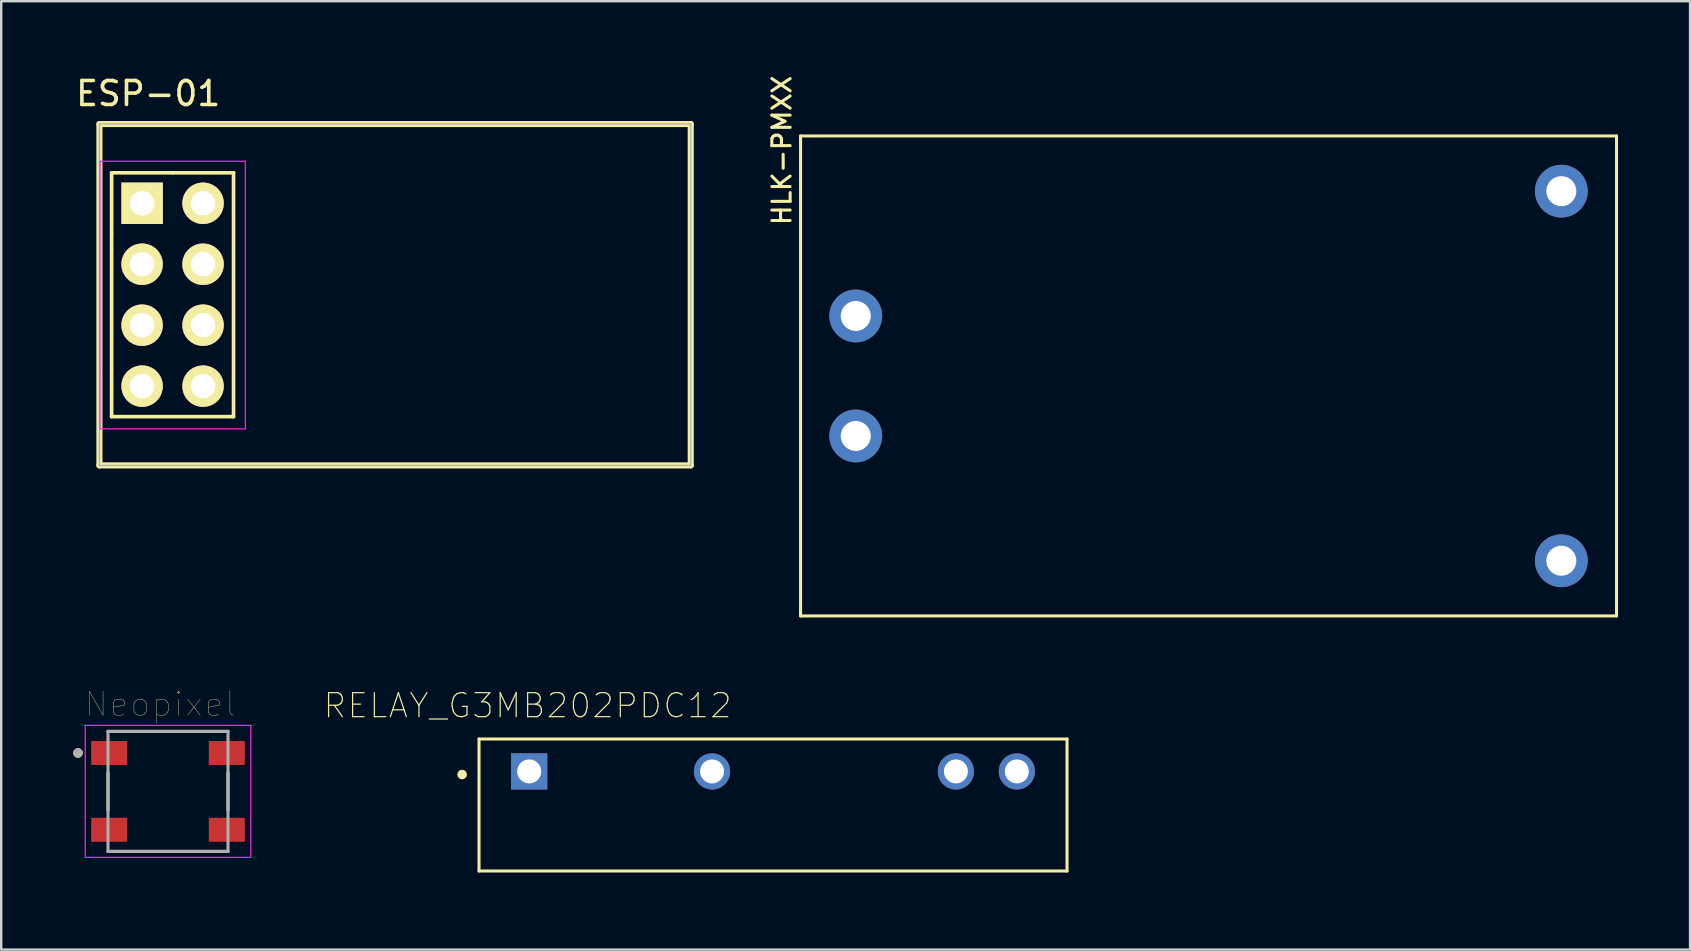
<source format=kicad_pcb>
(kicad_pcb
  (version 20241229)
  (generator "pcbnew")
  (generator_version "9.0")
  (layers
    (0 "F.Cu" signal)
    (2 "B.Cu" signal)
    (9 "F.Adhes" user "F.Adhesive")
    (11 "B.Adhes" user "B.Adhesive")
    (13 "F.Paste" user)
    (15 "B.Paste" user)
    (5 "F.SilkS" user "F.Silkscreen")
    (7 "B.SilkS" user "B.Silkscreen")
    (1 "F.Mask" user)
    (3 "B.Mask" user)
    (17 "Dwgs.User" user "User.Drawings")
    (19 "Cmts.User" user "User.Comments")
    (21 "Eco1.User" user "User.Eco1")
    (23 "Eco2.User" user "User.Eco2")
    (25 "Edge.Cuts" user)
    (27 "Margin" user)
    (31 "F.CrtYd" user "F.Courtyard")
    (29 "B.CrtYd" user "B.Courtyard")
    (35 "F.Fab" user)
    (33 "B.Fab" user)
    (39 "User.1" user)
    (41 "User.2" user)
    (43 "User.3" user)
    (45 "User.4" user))
  (footprint "ESP-01"
    (layer "F.Cu")
    (at 2.871 5.42)
    (property "Reference" "ESP-01" (at 0.254 -4.572 0) (layer "F.SilkS") (effects (font (size 1 1) (thickness 0.15))))
    (attr through_hole)
    (fp_line (start -1.778 -3.302) (end 22.86 -3.302) (stroke (width 0.254) (type solid)) (layer "F.SilkS"))
    (fp_line (start -1.778 10.922) (end -1.778 -3.302) (stroke (width 0.254) (type solid)) (layer "F.SilkS"))
    (fp_line (start -1.27 -1.27) (end -1.27 1.27) (stroke (width 0.152) (type solid)) (layer "F.SilkS"))
    (fp_line (start -1.27 1.27) (end -1.27 8.89) (stroke (width 0.152) (type solid)) (layer "F.SilkS"))
    (fp_line (start -1.27 8.89) (end 3.81 8.89) (stroke (width 0.152) (type solid)) (layer "F.SilkS"))
    (fp_line (start 1.27 -1.27) (end -1.27 -1.27) (stroke (width 0.152) (type solid)) (layer "F.SilkS"))
    (fp_line (start 3.81 -1.27) (end 1.27 -1.27) (stroke (width 0.152) (type solid)) (layer "F.SilkS"))
    (fp_line (start 3.81 8.89) (end 3.81 -1.27) (stroke (width 0.152) (type solid)) (layer "F.SilkS"))
    (fp_line (start 22.86 -3.302) (end 22.86 10.922) (stroke (width 0.254) (type solid)) (layer "F.SilkS"))
    (fp_line (start 22.86 10.922) (end -1.778 10.922) (stroke (width 0.254) (type solid)) (layer "F.SilkS"))
    (fp_line (start -1.75 -1.75) (end -1.75 9.4) (stroke (width 0.05) (type solid)) (layer "F.CrtYd"))
    (fp_line (start -1.75 -1.75) (end 4.3 -1.75) (stroke (width 0.05) (type solid)) (layer "F.CrtYd"))
    (fp_line (start -1.75 9.4) (end 4.3 9.4) (stroke (width 0.05) (type solid)) (layer "F.CrtYd"))
    (fp_line (start 4.3 -1.75) (end 4.3 9.4) (stroke (width 0.05) (type solid)) (layer "F.CrtYd"))
    (fp_line (start -1.778 -3.302) (end 22.86 -3.302) (stroke (width 0.05) (type solid)) (layer "F.Fab"))
    (fp_line (start -1.778 10.922) (end -1.778 -3.302) (stroke (width 0.05) (type solid)) (layer "F.Fab"))
    (fp_line (start 22.86 -3.302) (end 22.86 10.922) (stroke (width 0.05) (type solid)) (layer "F.Fab"))
    (fp_line (start 22.86 10.922) (end -1.778 10.922) (stroke (width 0.05) (type solid)) (layer "F.Fab"))
    (pad "1" thru_hole rect (at 0 0) (size 1.727 1.727) (drill 1.016) (layers "*.Cu" "*.Mask" "F.SilkS"))
    (pad "2" thru_hole oval (at 2.54 0) (size 1.727 1.727) (drill 1.016) (layers "*.Cu" "*.Mask" "F.SilkS"))
    (pad "3" thru_hole oval (at 0 2.54) (size 1.727 1.727) (drill 1.016) (layers "*.Cu" "*.Mask" "F.SilkS"))
    (pad "4" thru_hole oval (at 2.54 2.54) (size 1.727 1.727) (drill 1.016) (layers "*.Cu" "*.Mask" "F.SilkS"))
    (pad "5" thru_hole oval (at 0 5.08) (size 1.727 1.727) (drill 1.016) (layers "*.Cu" "*.Mask" "F.SilkS"))
    (pad "6" thru_hole oval (at 2.54 5.08) (size 1.727 1.727) (drill 1.016) (layers "*.Cu" "*.Mask" "F.SilkS"))
    (pad "7" thru_hole oval (at 0 7.62) (size 1.727 1.727) (drill 1.016) (layers "*.Cu" "*.Mask" "F.SilkS"))
    (pad "8" thru_hole oval (at 2.54 7.62) (size 1.727 1.727) (drill 1.016) (layers "*.Cu" "*.Mask" "F.SilkS")))
  (footprint "HLK-PMXX"
    (layer "F.Cu")
    (at 47.307 12.615)
    (property "Reference" "HLK-PMXX" (at -17.78 -9.398 90) (layer "F.SilkS") (effects (font (size 0.762 0.762) (thickness 0.127))))
    (attr through_hole)
    (fp_line (start -17 -10) (end -17 10) (stroke (width 0.127) (type solid)) (layer "F.SilkS"))
    (fp_line (start -17 10) (end 17 10) (stroke (width 0.127) (type solid)) (layer "F.SilkS"))
    (fp_line (start 17 -10) (end -17 -10) (stroke (width 0.127) (type solid)) (layer "F.SilkS"))
    (fp_line (start 17 10) (end 17 -10) (stroke (width 0.127) (type solid)) (layer "F.SilkS"))
    (pad "1" thru_hole circle (at -14.7 -2.5) (size 2.2 2.2) (drill 1.25) (layers "*.Cu" "*.Mask"))
    (pad "2" thru_hole circle (at -14.7 2.5) (size 2.2 2.2) (drill 1.25) (layers "*.Cu" "*.Mask"))
    (pad "3" thru_hole circle (at 14.7 -7.7) (size 2.2 2.2) (drill 1.25) (layers "*.Cu" "*.Mask"))
    (pad "4" thru_hole circle (at 14.7 7.7) (size 2.2 2.2) (drill 1.25) (layers "*.Cu" "*.Mask")))
  (footprint "RELAY_G3MB202PDC12"
    (layer "F.Cu")
    (at 29.16 30.493)
    (property "Reference" "RELAY_G3MB202PDC12" (at -10.225 -4.141 0) (layer "F.SilkS") (effects (font (size 1.001 1.001) (thickness 0.05))))
    (attr through_hole)
    (fp_line (start -12.25 -2.75) (end -12.25 2.75) (stroke (width 0.127) (type solid)) (layer "F.SilkS"))
    (fp_line (start -12.25 2.75) (end 12.25 2.75) (stroke (width 0.127) (type solid)) (layer "F.SilkS"))
    (fp_line (start 12.25 -2.75) (end -12.25 -2.75) (stroke (width 0.127) (type solid)) (layer "F.SilkS"))
    (fp_line (start 12.25 2.75) (end 12.25 -2.75) (stroke (width 0.127) (type solid)) (layer "F.SilkS"))
    (fp_circle (center -12.954 -1.27) (end -12.854 -1.27) (stroke (width 0.2) (type solid)) (fill no) (layer "F.SilkS"))
    (fp_line (start -12.5 -3) (end 12.5 -3) (stroke (width 0.05) (type solid)) (layer "Eco1.User"))
    (fp_line (start -12.5 3) (end -12.5 -3) (stroke (width 0.05) (type solid)) (layer "Eco1.User"))
    (fp_line (start 12.5 -3) (end 12.5 3) (stroke (width 0.05) (type solid)) (layer "Eco1.User"))
    (fp_line (start 12.5 3) (end -12.5 3) (stroke (width 0.05) (type solid)) (layer "Eco1.User"))
    (fp_line (start -12.25 -2.75) (end -12.25 2.75) (stroke (width 0.127) (type solid)) (layer "Eco2.User"))
    (fp_line (start -12.25 2.75) (end 12.25 2.75) (stroke (width 0.127) (type solid)) (layer "Eco2.User"))
    (fp_line (start 12.25 -2.75) (end -12.25 -2.75) (stroke (width 0.127) (type solid)) (layer "Eco2.User"))
    (fp_line (start 12.25 2.75) (end 12.25 -2.75) (stroke (width 0.127) (type solid)) (layer "Eco2.User"))
    (fp_circle (center -11.43 -1.27) (end -11.33 -1.27) (stroke (width 0.2) (type solid)) (fill no) (layer "Eco2.User"))
    (pad "1" thru_hole rect (at -10.16 -1.4 180) (size 1.508 1.508) (drill 1) (layers "*.Cu" "*.Mask"))
    (pad "2" thru_hole circle (at -2.54 -1.4 180) (size 1.508 1.508) (drill 1) (layers "*.Cu" "*.Mask"))
    (pad "3" thru_hole circle (at 7.62 -1.4 180) (size 1.508 1.508) (drill 1) (layers "*.Cu" "*.Mask"))
    (pad "4" thru_hole circle (at 10.16 -1.4 180) (size 1.508 1.508) (drill 1) (layers "*.Cu" "*.Mask")))
  (footprint "Neopixel"
    (layer "F.Cu")
    (at 3.95 29.925)
    (property "Reference" "Neopixel" (at -0.325 -3.635 0) (layer "F.SilkS") (effects (font (size 1 1) (thickness 0.015))))
    (attr through_hole)
    (fp_line (start -2.5 0.786) (end -2.5 -0.786) (stroke (width 0.127) (type solid)) (layer "F.SilkS"))
    (fp_line (start -2.5 2.5) (end 2.5 2.5) (stroke (width 0.127) (type solid)) (layer "F.SilkS"))
    (fp_line (start 2.5 -2.5) (end -2.5 -2.5) (stroke (width 0.127) (type solid)) (layer "F.SilkS"))
    (fp_line (start 2.5 0.786) (end 2.5 -0.786) (stroke (width 0.127) (type solid)) (layer "F.SilkS"))
    (fp_circle (center -3.75 -1.6) (end -3.65 -1.6) (stroke (width 0.2) (type solid)) (fill no) (layer "F.SilkS"))
    (fp_line (start -3.45 -2.75) (end 3.45 -2.75) (stroke (width 0.05) (type solid)) (layer "F.CrtYd"))
    (fp_line (start -3.45 2.75) (end -3.45 -2.75) (stroke (width 0.05) (type solid)) (layer "F.CrtYd"))
    (fp_line (start 3.45 -2.75) (end 3.45 2.75) (stroke (width 0.05) (type solid)) (layer "F.CrtYd"))
    (fp_line (start 3.45 2.75) (end -3.45 2.75) (stroke (width 0.05) (type solid)) (layer "F.CrtYd"))
    (fp_line (start -2.5 -2.5) (end -2.5 2.5) (stroke (width 0.127) (type solid)) (layer "F.Fab"))
    (fp_line (start -2.5 2.5) (end 2.5 2.5) (stroke (width 0.127) (type solid)) (layer "F.Fab"))
    (fp_line (start 2.5 -2.5) (end -2.5 -2.5) (stroke (width 0.127) (type solid)) (layer "F.Fab"))
    (fp_line (start 2.5 2.5) (end 2.5 -2.5) (stroke (width 0.127) (type solid)) (layer "F.Fab"))
    (fp_circle (center -3.75 -1.6) (end -3.65 -1.6) (stroke (width 0.2) (type solid)) (fill no) (layer "F.Fab"))
    (pad "1" smd rect (at -2.45 -1.6) (size 1.5 1) (layers "F.Cu" "F.Mask" "F.Paste"))
    (pad "2" smd rect (at -2.45 1.6) (size 1.5 1) (layers "F.Cu" "F.Mask" "F.Paste"))
    (pad "3" smd rect (at 2.45 1.6) (size 1.5 1) (layers "F.Cu" "F.Mask" "F.Paste"))
    (pad "4" smd rect (at 2.45 -1.6) (size 1.5 1) (layers "F.Cu" "F.Mask" "F.Paste")))
  (gr_rect
    (start -3 -3)
    (end 67.37 36.518)
    (stroke (width 0.1) (type default))
    (fill no)
    (layer "Edge.Cuts")))
</source>
